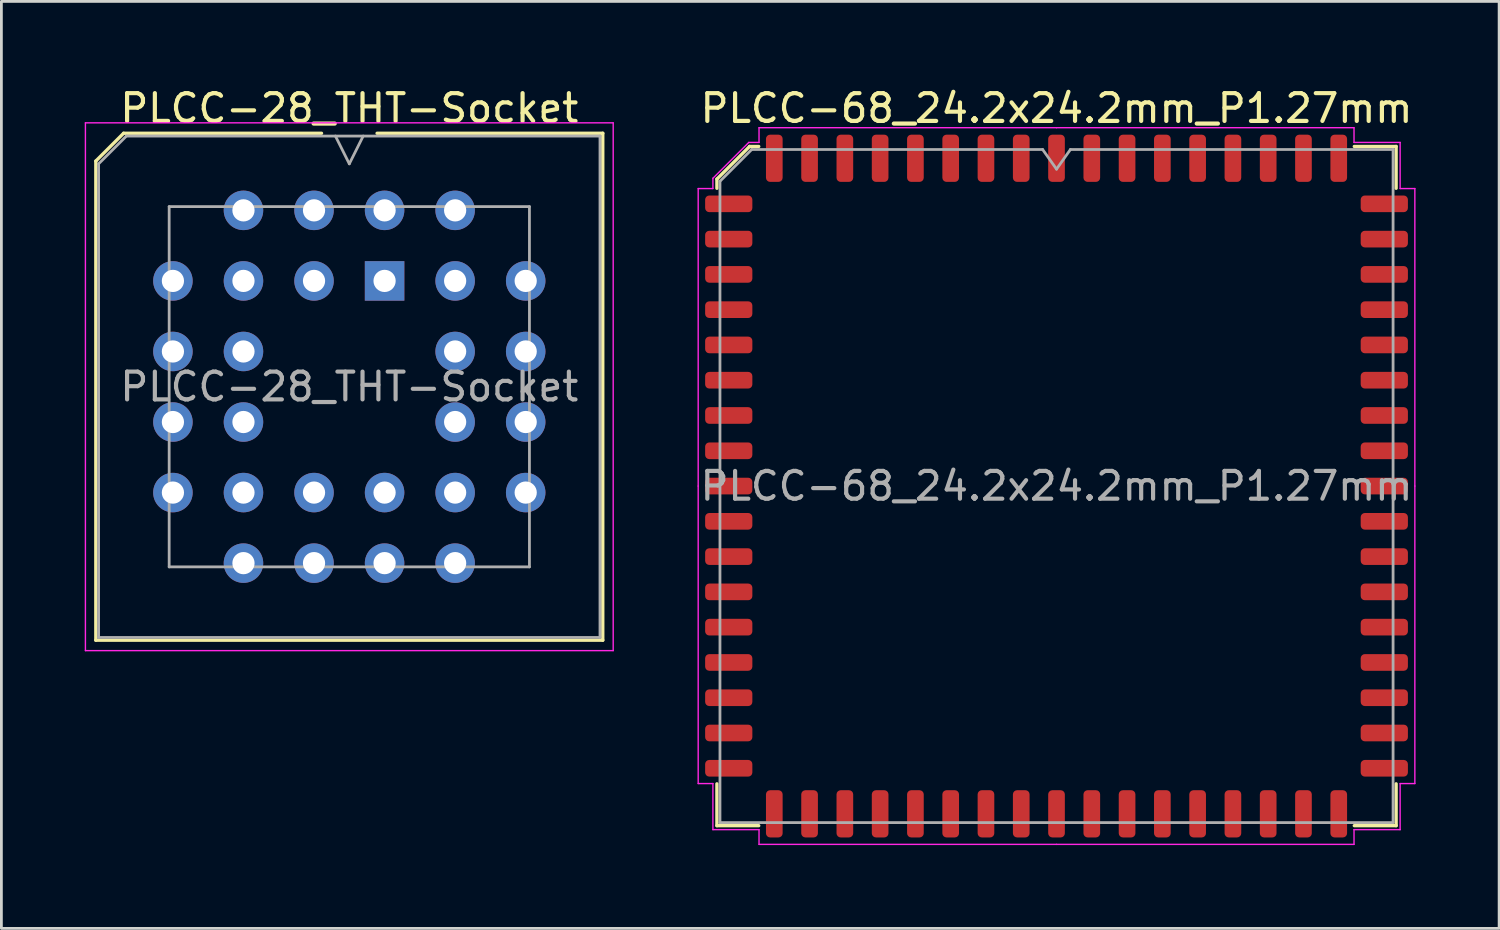
<source format=kicad_pcb>
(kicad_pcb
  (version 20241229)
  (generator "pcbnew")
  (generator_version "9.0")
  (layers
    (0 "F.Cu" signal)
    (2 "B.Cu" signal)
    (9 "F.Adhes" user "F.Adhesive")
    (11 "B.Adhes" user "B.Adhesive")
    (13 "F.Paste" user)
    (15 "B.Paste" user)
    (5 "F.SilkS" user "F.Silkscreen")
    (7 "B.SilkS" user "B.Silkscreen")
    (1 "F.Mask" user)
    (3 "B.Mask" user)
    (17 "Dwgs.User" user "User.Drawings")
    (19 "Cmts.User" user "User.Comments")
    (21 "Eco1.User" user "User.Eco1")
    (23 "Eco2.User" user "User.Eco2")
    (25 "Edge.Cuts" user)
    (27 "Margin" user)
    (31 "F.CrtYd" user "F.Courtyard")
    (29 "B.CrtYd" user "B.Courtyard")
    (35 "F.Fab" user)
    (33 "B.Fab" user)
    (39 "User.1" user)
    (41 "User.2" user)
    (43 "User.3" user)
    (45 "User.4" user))
  (footprint "PLCC-28_THT-Socket"
    (layer "F.Cu")
    (at 10.795 7.063)
    (property "Reference" "PLCC-28_THT-Socket" (at -1.27 -6.215 0) (layer "F.SilkS") (effects (font (size 1 1) (thickness 0.15))))
    (attr through_hole)
    (fp_line (start -10.395 -4.315) (end -10.395 12.935) (stroke (width 0.12) (type solid)) (layer "F.SilkS"))
    (fp_line (start -10.395 12.935) (end 7.855 12.935) (stroke (width 0.12) (type solid)) (layer "F.SilkS"))
    (fp_line (start -9.395 -5.315) (end -10.395 -4.315) (stroke (width 0.12) (type solid)) (layer "F.SilkS"))
    (fp_line (start -2.27 -5.315) (end -9.395 -5.315) (stroke (width 0.12) (type solid)) (layer "F.SilkS"))
    (fp_line (start 7.855 -5.315) (end -0.27 -5.315) (stroke (width 0.12) (type solid)) (layer "F.SilkS"))
    (fp_line (start 7.855 12.935) (end 7.855 -5.315) (stroke (width 0.12) (type solid)) (layer "F.SilkS"))
    (fp_line (start -10.77 -5.69) (end -10.77 13.31) (stroke (width 0.05) (type solid)) (layer "F.CrtYd"))
    (fp_line (start -10.77 13.31) (end 8.23 13.31) (stroke (width 0.05) (type solid)) (layer "F.CrtYd"))
    (fp_line (start 8.23 -5.69) (end -10.77 -5.69) (stroke (width 0.05) (type solid)) (layer "F.CrtYd"))
    (fp_line (start 8.23 13.31) (end 8.23 -5.69) (stroke (width 0.05) (type solid)) (layer "F.CrtYd"))
    (fp_line (start -10.295 -4.215) (end -10.295 12.835) (stroke (width 0.1) (type solid)) (layer "F.Fab"))
    (fp_line (start -10.295 12.835) (end 7.755 12.835) (stroke (width 0.1) (type solid)) (layer "F.Fab"))
    (fp_line (start -9.295 -5.215) (end -10.295 -4.215) (stroke (width 0.1) (type solid)) (layer "F.Fab"))
    (fp_line (start -7.755 -2.675) (end -7.755 10.295) (stroke (width 0.1) (type solid)) (layer "F.Fab"))
    (fp_line (start -7.755 10.295) (end 5.215 10.295) (stroke (width 0.1) (type solid)) (layer "F.Fab"))
    (fp_line (start -1.77 -5.215) (end -1.27 -4.215) (stroke (width 0.1) (type solid)) (layer "F.Fab"))
    (fp_line (start -1.27 -4.215) (end -0.77 -5.215) (stroke (width 0.1) (type solid)) (layer "F.Fab"))
    (fp_line (start 5.215 -2.675) (end -7.755 -2.675) (stroke (width 0.1) (type solid)) (layer "F.Fab"))
    (fp_line (start 5.215 10.295) (end 5.215 -2.675) (stroke (width 0.1) (type solid)) (layer "F.Fab"))
    (fp_line (start 7.755 -5.215) (end -9.295 -5.215) (stroke (width 0.1) (type solid)) (layer "F.Fab"))
    (fp_line (start 7.755 12.835) (end 7.755 -5.215) (stroke (width 0.1) (type solid)) (layer "F.Fab"))
    (fp_text user "${REFERENCE}" (at -1.27 3.81 0) (layer "F.Fab") (effects (font (size 1 1) (thickness 0.15))))
    (pad "1" thru_hole rect (at 0 0) (size 1.422 1.422) (drill 0.8) (layers "*.Cu" "*.Mask"))
    (pad "2" thru_hole circle (at -2.54 -2.54) (size 1.422 1.422) (drill 0.8) (layers "*.Cu" "*.Mask"))
    (pad "3" thru_hole circle (at -2.54 0) (size 1.422 1.422) (drill 0.8) (layers "*.Cu" "*.Mask"))
    (pad "4" thru_hole circle (at -5.08 -2.54) (size 1.422 1.422) (drill 0.8) (layers "*.Cu" "*.Mask"))
    (pad "5" thru_hole circle (at -7.62 0) (size 1.422 1.422) (drill 0.8) (layers "*.Cu" "*.Mask"))
    (pad "6" thru_hole circle (at -5.08 0) (size 1.422 1.422) (drill 0.8) (layers "*.Cu" "*.Mask"))
    (pad "7" thru_hole circle (at -7.62 2.54) (size 1.422 1.422) (drill 0.8) (layers "*.Cu" "*.Mask"))
    (pad "8" thru_hole circle (at -5.08 2.54) (size 1.422 1.422) (drill 0.8) (layers "*.Cu" "*.Mask"))
    (pad "9" thru_hole circle (at -7.62 5.08) (size 1.422 1.422) (drill 0.8) (layers "*.Cu" "*.Mask"))
    (pad "10" thru_hole circle (at -5.08 5.08) (size 1.422 1.422) (drill 0.8) (layers "*.Cu" "*.Mask"))
    (pad "11" thru_hole circle (at -7.62 7.62) (size 1.422 1.422) (drill 0.8) (layers "*.Cu" "*.Mask"))
    (pad "12" thru_hole circle (at -5.08 10.16) (size 1.422 1.422) (drill 0.8) (layers "*.Cu" "*.Mask"))
    (pad "13" thru_hole circle (at -5.08 7.62) (size 1.422 1.422) (drill 0.8) (layers "*.Cu" "*.Mask"))
    (pad "14" thru_hole circle (at -2.54 10.16) (size 1.422 1.422) (drill 0.8) (layers "*.Cu" "*.Mask"))
    (pad "15" thru_hole circle (at -2.54 7.62) (size 1.422 1.422) (drill 0.8) (layers "*.Cu" "*.Mask"))
    (pad "16" thru_hole circle (at 0 10.16) (size 1.422 1.422) (drill 0.8) (layers "*.Cu" "*.Mask"))
    (pad "17" thru_hole circle (at 0 7.62) (size 1.422 1.422) (drill 0.8) (layers "*.Cu" "*.Mask"))
    (pad "18" thru_hole circle (at 2.54 10.16) (size 1.422 1.422) (drill 0.8) (layers "*.Cu" "*.Mask"))
    (pad "19" thru_hole circle (at 5.08 7.62) (size 1.422 1.422) (drill 0.8) (layers "*.Cu" "*.Mask"))
    (pad "20" thru_hole circle (at 2.54 7.62) (size 1.422 1.422) (drill 0.8) (layers "*.Cu" "*.Mask"))
    (pad "21" thru_hole circle (at 5.08 5.08) (size 1.422 1.422) (drill 0.8) (layers "*.Cu" "*.Mask"))
    (pad "22" thru_hole circle (at 2.54 5.08) (size 1.422 1.422) (drill 0.8) (layers "*.Cu" "*.Mask"))
    (pad "23" thru_hole circle (at 5.08 2.54) (size 1.422 1.422) (drill 0.8) (layers "*.Cu" "*.Mask"))
    (pad "24" thru_hole circle (at 2.54 2.54) (size 1.422 1.422) (drill 0.8) (layers "*.Cu" "*.Mask"))
    (pad "25" thru_hole circle (at 5.08 0) (size 1.422 1.422) (drill 0.8) (layers "*.Cu" "*.Mask"))
    (pad "26" thru_hole circle (at 2.54 -2.54) (size 1.422 1.422) (drill 0.8) (layers "*.Cu" "*.Mask"))
    (pad "27" thru_hole circle (at 2.54 0) (size 1.422 1.422) (drill 0.8) (layers "*.Cu" "*.Mask"))
    (pad "28" thru_hole circle (at 0 -2.54) (size 1.422 1.422) (drill 0.8) (layers "*.Cu" "*.Mask")))
  (footprint "PLCC-68_24.2x24.2mm_P1.27mm"
    (layer "F.Cu")
    (at 34.985 14.448)
    (property "Reference" "PLCC-68_24.2x24.2mm_P1.27mm" (at 0 -13.6 0) (layer "F.SilkS") (effects (font (size 1 1) (thickness 0.15))))
    (attr smd)
    (fp_line (start -12.226 -11.051) (end -12.226 -10.72) (stroke (width 0.12) (type solid)) (layer "F.SilkS"))
    (fp_line (start -12.226 12.226) (end -12.226 10.72) (stroke (width 0.12) (type solid)) (layer "F.SilkS"))
    (fp_line (start -11.051 -12.226) (end -12.226 -11.051) (stroke (width 0.12) (type solid)) (layer "F.SilkS"))
    (fp_line (start -10.72 -12.226) (end -11.051 -12.226) (stroke (width 0.12) (type solid)) (layer "F.SilkS"))
    (fp_line (start -10.72 12.226) (end -12.226 12.226) (stroke (width 0.12) (type solid)) (layer "F.SilkS"))
    (fp_line (start 10.72 -12.226) (end 12.226 -12.226) (stroke (width 0.12) (type solid)) (layer "F.SilkS"))
    (fp_line (start 10.72 12.226) (end 12.226 12.226) (stroke (width 0.12) (type solid)) (layer "F.SilkS"))
    (fp_line (start 12.226 -12.226) (end 12.226 -10.72) (stroke (width 0.12) (type solid)) (layer "F.SilkS"))
    (fp_line (start 12.226 12.226) (end 12.226 10.72) (stroke (width 0.12) (type solid)) (layer "F.SilkS"))
    (fp_line (start -12.9 -10.71) (end -12.9 0) (stroke (width 0.05) (type solid)) (layer "F.CrtYd"))
    (fp_line (start -12.9 10.71) (end -12.9 0) (stroke (width 0.05) (type solid)) (layer "F.CrtYd"))
    (fp_line (start -12.37 -11.08) (end -12.37 -10.71) (stroke (width 0.05) (type solid)) (layer "F.CrtYd"))
    (fp_line (start -12.37 -10.71) (end -12.9 -10.71) (stroke (width 0.05) (type solid)) (layer "F.CrtYd"))
    (fp_line (start -12.37 10.71) (end -12.9 10.71) (stroke (width 0.05) (type solid)) (layer "F.CrtYd"))
    (fp_line (start -12.37 12.37) (end -12.37 10.71) (stroke (width 0.05) (type solid)) (layer "F.CrtYd"))
    (fp_line (start -11.08 -12.37) (end -12.37 -11.08) (stroke (width 0.05) (type solid)) (layer "F.CrtYd"))
    (fp_line (start -10.71 -12.9) (end -10.71 -12.37) (stroke (width 0.05) (type solid)) (layer "F.CrtYd"))
    (fp_line (start -10.71 -12.37) (end -11.08 -12.37) (stroke (width 0.05) (type solid)) (layer "F.CrtYd"))
    (fp_line (start -10.71 12.37) (end -12.37 12.37) (stroke (width 0.05) (type solid)) (layer "F.CrtYd"))
    (fp_line (start -10.71 12.9) (end -10.71 12.37) (stroke (width 0.05) (type solid)) (layer "F.CrtYd"))
    (fp_line (start 0 -12.9) (end -10.71 -12.9) (stroke (width 0.05) (type solid)) (layer "F.CrtYd"))
    (fp_line (start 0 -12.9) (end 10.71 -12.9) (stroke (width 0.05) (type solid)) (layer "F.CrtYd"))
    (fp_line (start 0 12.9) (end -10.71 12.9) (stroke (width 0.05) (type solid)) (layer "F.CrtYd"))
    (fp_line (start 0 12.9) (end 10.71 12.9) (stroke (width 0.05) (type solid)) (layer "F.CrtYd"))
    (fp_line (start 10.71 -12.9) (end 10.71 -12.37) (stroke (width 0.05) (type solid)) (layer "F.CrtYd"))
    (fp_line (start 10.71 -12.37) (end 12.37 -12.37) (stroke (width 0.05) (type solid)) (layer "F.CrtYd"))
    (fp_line (start 10.71 12.37) (end 12.37 12.37) (stroke (width 0.05) (type solid)) (layer "F.CrtYd"))
    (fp_line (start 10.71 12.9) (end 10.71 12.37) (stroke (width 0.05) (type solid)) (layer "F.CrtYd"))
    (fp_line (start 12.37 -12.37) (end 12.37 -10.71) (stroke (width 0.05) (type solid)) (layer "F.CrtYd"))
    (fp_line (start 12.37 -10.71) (end 12.9 -10.71) (stroke (width 0.05) (type solid)) (layer "F.CrtYd"))
    (fp_line (start 12.37 10.71) (end 12.9 10.71) (stroke (width 0.05) (type solid)) (layer "F.CrtYd"))
    (fp_line (start 12.37 12.37) (end 12.37 10.71) (stroke (width 0.05) (type solid)) (layer "F.CrtYd"))
    (fp_line (start 12.9 -10.71) (end 12.9 0) (stroke (width 0.05) (type solid)) (layer "F.CrtYd"))
    (fp_line (start 12.9 10.71) (end 12.9 0) (stroke (width 0.05) (type solid)) (layer "F.CrtYd"))
    (fp_line (start -12.116 -10.973) (end -10.973 -12.116) (stroke (width 0.1) (type solid)) (layer "F.Fab"))
    (fp_line (start -12.116 12.116) (end -12.116 -10.973) (stroke (width 0.1) (type solid)) (layer "F.Fab"))
    (fp_line (start -10.973 -12.116) (end -0.5 -12.116) (stroke (width 0.1) (type solid)) (layer "F.Fab"))
    (fp_line (start -0.5 -12.116) (end 0 -11.409) (stroke (width 0.1) (type solid)) (layer "F.Fab"))
    (fp_line (start 0 -11.409) (end 0.5 -12.116) (stroke (width 0.1) (type solid)) (layer "F.Fab"))
    (fp_line (start 0.5 -12.116) (end 12.116 -12.116) (stroke (width 0.1) (type solid)) (layer "F.Fab"))
    (fp_line (start 12.116 -12.116) (end 12.116 12.116) (stroke (width 0.1) (type solid)) (layer "F.Fab"))
    (fp_line (start 12.116 12.116) (end -12.116 12.116) (stroke (width 0.1) (type solid)) (layer "F.Fab"))
    (fp_text user "${REFERENCE}" (at 0 0 0) (layer "F.Fab") (effects (font (size 1 1) (thickness 0.15))))
    (pad "1" smd roundrect (at 0 -11.8) (size 0.6 1.7) (layers "F.Cu" "F.Mask" "F.Paste") (roundrect_rratio 0.25))
    (pad "2" smd roundrect (at -1.27 -11.8) (size 0.6 1.7) (layers "F.Cu" "F.Mask" "F.Paste") (roundrect_rratio 0.25))
    (pad "3" smd roundrect (at -2.54 -11.8) (size 0.6 1.7) (layers "F.Cu" "F.Mask" "F.Paste") (roundrect_rratio 0.25))
    (pad "4" smd roundrect (at -3.81 -11.8) (size 0.6 1.7) (layers "F.Cu" "F.Mask" "F.Paste") (roundrect_rratio 0.25))
    (pad "5" smd roundrect (at -5.08 -11.8) (size 0.6 1.7) (layers "F.Cu" "F.Mask" "F.Paste") (roundrect_rratio 0.25))
    (pad "6" smd roundrect (at -6.35 -11.8) (size 0.6 1.7) (layers "F.Cu" "F.Mask" "F.Paste") (roundrect_rratio 0.25))
    (pad "7" smd roundrect (at -7.62 -11.8) (size 0.6 1.7) (layers "F.Cu" "F.Mask" "F.Paste") (roundrect_rratio 0.25))
    (pad "8" smd roundrect (at -8.89 -11.8) (size 0.6 1.7) (layers "F.Cu" "F.Mask" "F.Paste") (roundrect_rratio 0.25))
    (pad "9" smd roundrect (at -10.16 -11.8) (size 0.6 1.7) (layers "F.Cu" "F.Mask" "F.Paste") (roundrect_rratio 0.25))
    (pad "10" smd roundrect (at -11.8 -10.16) (size 1.7 0.6) (layers "F.Cu" "F.Mask" "F.Paste") (roundrect_rratio 0.25))
    (pad "11" smd roundrect (at -11.8 -8.89) (size 1.7 0.6) (layers "F.Cu" "F.Mask" "F.Paste") (roundrect_rratio 0.25))
    (pad "12" smd roundrect (at -11.8 -7.62) (size 1.7 0.6) (layers "F.Cu" "F.Mask" "F.Paste") (roundrect_rratio 0.25))
    (pad "13" smd roundrect (at -11.8 -6.35) (size 1.7 0.6) (layers "F.Cu" "F.Mask" "F.Paste") (roundrect_rratio 0.25))
    (pad "14" smd roundrect (at -11.8 -5.08) (size 1.7 0.6) (layers "F.Cu" "F.Mask" "F.Paste") (roundrect_rratio 0.25))
    (pad "15" smd roundrect (at -11.8 -3.81) (size 1.7 0.6) (layers "F.Cu" "F.Mask" "F.Paste") (roundrect_rratio 0.25))
    (pad "16" smd roundrect (at -11.8 -2.54) (size 1.7 0.6) (layers "F.Cu" "F.Mask" "F.Paste") (roundrect_rratio 0.25))
    (pad "17" smd roundrect (at -11.8 -1.27) (size 1.7 0.6) (layers "F.Cu" "F.Mask" "F.Paste") (roundrect_rratio 0.25))
    (pad "18" smd roundrect (at -11.8 0) (size 1.7 0.6) (layers "F.Cu" "F.Mask" "F.Paste") (roundrect_rratio 0.25))
    (pad "19" smd roundrect (at -11.8 1.27) (size 1.7 0.6) (layers "F.Cu" "F.Mask" "F.Paste") (roundrect_rratio 0.25))
    (pad "20" smd roundrect (at -11.8 2.54) (size 1.7 0.6) (layers "F.Cu" "F.Mask" "F.Paste") (roundrect_rratio 0.25))
    (pad "21" smd roundrect (at -11.8 3.81) (size 1.7 0.6) (layers "F.Cu" "F.Mask" "F.Paste") (roundrect_rratio 0.25))
    (pad "22" smd roundrect (at -11.8 5.08) (size 1.7 0.6) (layers "F.Cu" "F.Mask" "F.Paste") (roundrect_rratio 0.25))
    (pad "23" smd roundrect (at -11.8 6.35) (size 1.7 0.6) (layers "F.Cu" "F.Mask" "F.Paste") (roundrect_rratio 0.25))
    (pad "24" smd roundrect (at -11.8 7.62) (size 1.7 0.6) (layers "F.Cu" "F.Mask" "F.Paste") (roundrect_rratio 0.25))
    (pad "25" smd roundrect (at -11.8 8.89) (size 1.7 0.6) (layers "F.Cu" "F.Mask" "F.Paste") (roundrect_rratio 0.25))
    (pad "26" smd roundrect (at -11.8 10.16) (size 1.7 0.6) (layers "F.Cu" "F.Mask" "F.Paste") (roundrect_rratio 0.25))
    (pad "27" smd roundrect (at -10.16 11.8) (size 0.6 1.7) (layers "F.Cu" "F.Mask" "F.Paste") (roundrect_rratio 0.25))
    (pad "28" smd roundrect (at -8.89 11.8) (size 0.6 1.7) (layers "F.Cu" "F.Mask" "F.Paste") (roundrect_rratio 0.25))
    (pad "29" smd roundrect (at -7.62 11.8) (size 0.6 1.7) (layers "F.Cu" "F.Mask" "F.Paste") (roundrect_rratio 0.25))
    (pad "30" smd roundrect (at -6.35 11.8) (size 0.6 1.7) (layers "F.Cu" "F.Mask" "F.Paste") (roundrect_rratio 0.25))
    (pad "31" smd roundrect (at -5.08 11.8) (size 0.6 1.7) (layers "F.Cu" "F.Mask" "F.Paste") (roundrect_rratio 0.25))
    (pad "32" smd roundrect (at -3.81 11.8) (size 0.6 1.7) (layers "F.Cu" "F.Mask" "F.Paste") (roundrect_rratio 0.25))
    (pad "33" smd roundrect (at -2.54 11.8) (size 0.6 1.7) (layers "F.Cu" "F.Mask" "F.Paste") (roundrect_rratio 0.25))
    (pad "34" smd roundrect (at -1.27 11.8) (size 0.6 1.7) (layers "F.Cu" "F.Mask" "F.Paste") (roundrect_rratio 0.25))
    (pad "35" smd roundrect (at 0 11.8) (size 0.6 1.7) (layers "F.Cu" "F.Mask" "F.Paste") (roundrect_rratio 0.25))
    (pad "36" smd roundrect (at 1.27 11.8) (size 0.6 1.7) (layers "F.Cu" "F.Mask" "F.Paste") (roundrect_rratio 0.25))
    (pad "37" smd roundrect (at 2.54 11.8) (size 0.6 1.7) (layers "F.Cu" "F.Mask" "F.Paste") (roundrect_rratio 0.25))
    (pad "38" smd roundrect (at 3.81 11.8) (size 0.6 1.7) (layers "F.Cu" "F.Mask" "F.Paste") (roundrect_rratio 0.25))
    (pad "39" smd roundrect (at 5.08 11.8) (size 0.6 1.7) (layers "F.Cu" "F.Mask" "F.Paste") (roundrect_rratio 0.25))
    (pad "40" smd roundrect (at 6.35 11.8) (size 0.6 1.7) (layers "F.Cu" "F.Mask" "F.Paste") (roundrect_rratio 0.25))
    (pad "41" smd roundrect (at 7.62 11.8) (size 0.6 1.7) (layers "F.Cu" "F.Mask" "F.Paste") (roundrect_rratio 0.25))
    (pad "42" smd roundrect (at 8.89 11.8) (size 0.6 1.7) (layers "F.Cu" "F.Mask" "F.Paste") (roundrect_rratio 0.25))
    (pad "43" smd roundrect (at 10.16 11.8) (size 0.6 1.7) (layers "F.Cu" "F.Mask" "F.Paste") (roundrect_rratio 0.25))
    (pad "44" smd roundrect (at 11.8 10.16) (size 1.7 0.6) (layers "F.Cu" "F.Mask" "F.Paste") (roundrect_rratio 0.25))
    (pad "45" smd roundrect (at 11.8 8.89) (size 1.7 0.6) (layers "F.Cu" "F.Mask" "F.Paste") (roundrect_rratio 0.25))
    (pad "46" smd roundrect (at 11.8 7.62) (size 1.7 0.6) (layers "F.Cu" "F.Mask" "F.Paste") (roundrect_rratio 0.25))
    (pad "47" smd roundrect (at 11.8 6.35) (size 1.7 0.6) (layers "F.Cu" "F.Mask" "F.Paste") (roundrect_rratio 0.25))
    (pad "48" smd roundrect (at 11.8 5.08) (size 1.7 0.6) (layers "F.Cu" "F.Mask" "F.Paste") (roundrect_rratio 0.25))
    (pad "49" smd roundrect (at 11.8 3.81) (size 1.7 0.6) (layers "F.Cu" "F.Mask" "F.Paste") (roundrect_rratio 0.25))
    (pad "50" smd roundrect (at 11.8 2.54) (size 1.7 0.6) (layers "F.Cu" "F.Mask" "F.Paste") (roundrect_rratio 0.25))
    (pad "51" smd roundrect (at 11.8 1.27) (size 1.7 0.6) (layers "F.Cu" "F.Mask" "F.Paste") (roundrect_rratio 0.25))
    (pad "52" smd roundrect (at 11.8 0) (size 1.7 0.6) (layers "F.Cu" "F.Mask" "F.Paste") (roundrect_rratio 0.25))
    (pad "53" smd roundrect (at 11.8 -1.27) (size 1.7 0.6) (layers "F.Cu" "F.Mask" "F.Paste") (roundrect_rratio 0.25))
    (pad "54" smd roundrect (at 11.8 -2.54) (size 1.7 0.6) (layers "F.Cu" "F.Mask" "F.Paste") (roundrect_rratio 0.25))
    (pad "55" smd roundrect (at 11.8 -3.81) (size 1.7 0.6) (layers "F.Cu" "F.Mask" "F.Paste") (roundrect_rratio 0.25))
    (pad "56" smd roundrect (at 11.8 -5.08) (size 1.7 0.6) (layers "F.Cu" "F.Mask" "F.Paste") (roundrect_rratio 0.25))
    (pad "57" smd roundrect (at 11.8 -6.35) (size 1.7 0.6) (layers "F.Cu" "F.Mask" "F.Paste") (roundrect_rratio 0.25))
    (pad "58" smd roundrect (at 11.8 -7.62) (size 1.7 0.6) (layers "F.Cu" "F.Mask" "F.Paste") (roundrect_rratio 0.25))
    (pad "59" smd roundrect (at 11.8 -8.89) (size 1.7 0.6) (layers "F.Cu" "F.Mask" "F.Paste") (roundrect_rratio 0.25))
    (pad "60" smd roundrect (at 11.8 -10.16) (size 1.7 0.6) (layers "F.Cu" "F.Mask" "F.Paste") (roundrect_rratio 0.25))
    (pad "61" smd roundrect (at 10.16 -11.8) (size 0.6 1.7) (layers "F.Cu" "F.Mask" "F.Paste") (roundrect_rratio 0.25))
    (pad "62" smd roundrect (at 8.89 -11.8) (size 0.6 1.7) (layers "F.Cu" "F.Mask" "F.Paste") (roundrect_rratio 0.25))
    (pad "63" smd roundrect (at 7.62 -11.8) (size 0.6 1.7) (layers "F.Cu" "F.Mask" "F.Paste") (roundrect_rratio 0.25))
    (pad "64" smd roundrect (at 6.35 -11.8) (size 0.6 1.7) (layers "F.Cu" "F.Mask" "F.Paste") (roundrect_rratio 0.25))
    (pad "65" smd roundrect (at 5.08 -11.8) (size 0.6 1.7) (layers "F.Cu" "F.Mask" "F.Paste") (roundrect_rratio 0.25))
    (pad "66" smd roundrect (at 3.81 -11.8) (size 0.6 1.7) (layers "F.Cu" "F.Mask" "F.Paste") (roundrect_rratio 0.25))
    (pad "67" smd roundrect (at 2.54 -11.8) (size 0.6 1.7) (layers "F.Cu" "F.Mask" "F.Paste") (roundrect_rratio 0.25))
    (pad "68" smd roundrect (at 1.27 -11.8) (size 0.6 1.7) (layers "F.Cu" "F.Mask" "F.Paste") (roundrect_rratio 0.25)))
  (gr_rect
    (start -3 -3)
    (end 50.919 30.373)
    (stroke (width 0.1) (type default))
    (fill no)
    (layer "Edge.Cuts")))
</source>
